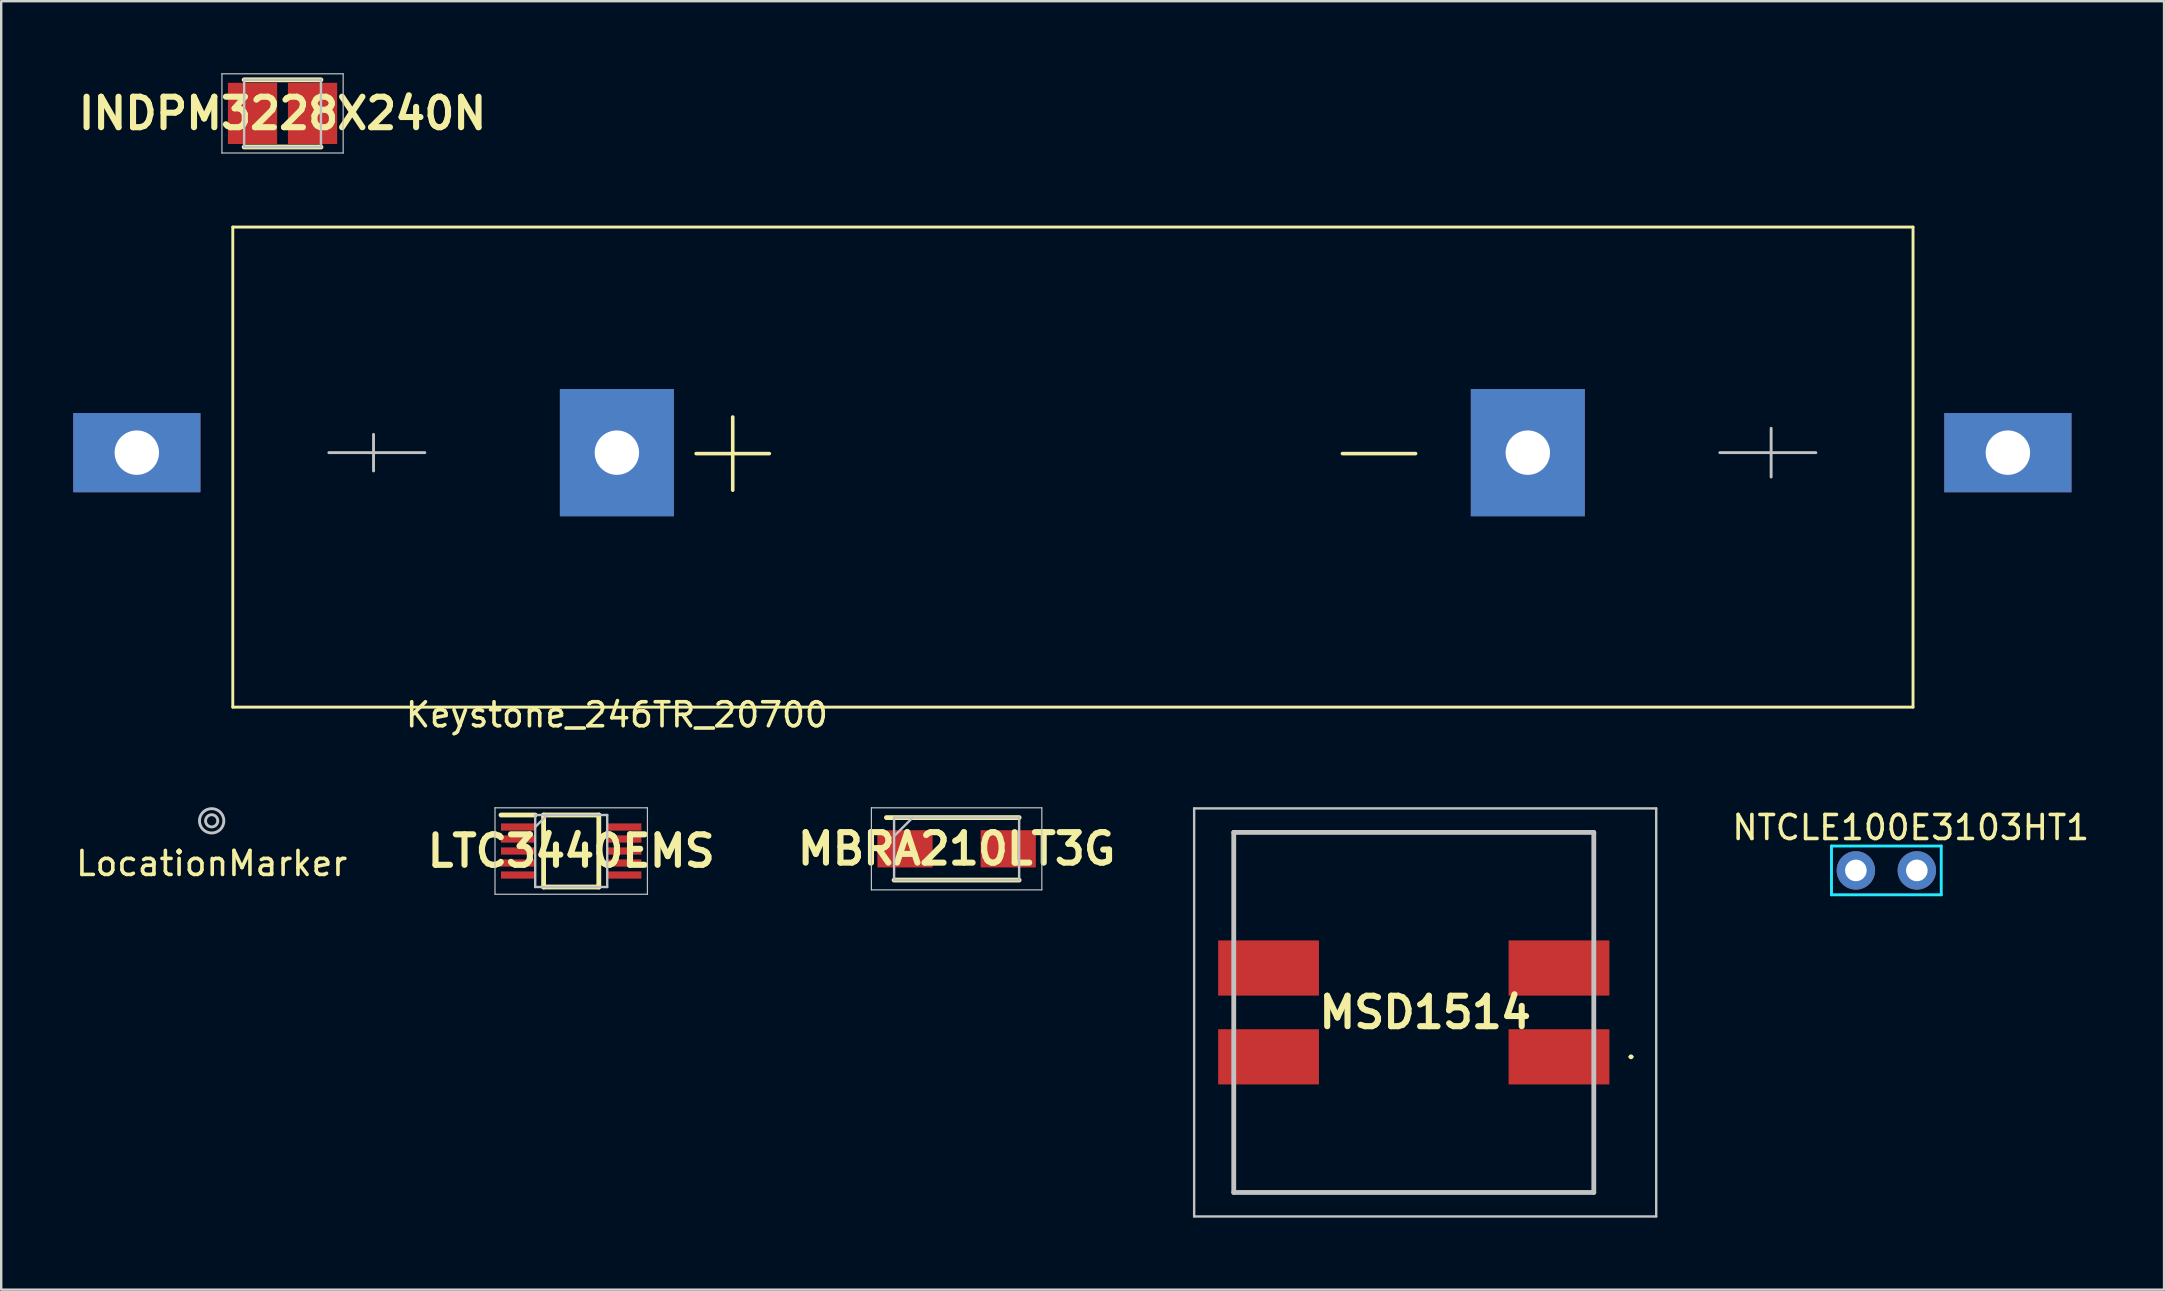
<source format=kicad_pcb>
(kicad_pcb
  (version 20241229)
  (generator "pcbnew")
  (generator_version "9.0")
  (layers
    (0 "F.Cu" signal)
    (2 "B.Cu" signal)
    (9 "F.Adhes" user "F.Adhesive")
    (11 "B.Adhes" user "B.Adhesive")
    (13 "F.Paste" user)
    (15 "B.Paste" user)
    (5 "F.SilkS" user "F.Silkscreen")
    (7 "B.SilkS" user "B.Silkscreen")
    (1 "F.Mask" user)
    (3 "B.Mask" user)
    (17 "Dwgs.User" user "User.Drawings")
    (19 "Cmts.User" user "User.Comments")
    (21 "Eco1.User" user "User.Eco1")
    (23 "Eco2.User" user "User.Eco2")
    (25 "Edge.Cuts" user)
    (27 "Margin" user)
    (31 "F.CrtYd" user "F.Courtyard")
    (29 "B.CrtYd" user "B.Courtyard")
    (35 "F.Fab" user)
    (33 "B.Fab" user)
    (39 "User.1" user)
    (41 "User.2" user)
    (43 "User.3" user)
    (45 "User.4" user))
  (footprint "MBRA210LT3G"
    (layer "F.Cu")
    (at 36.803 32.313)
    (property "Reference" "MBRA210LT3G" (at 0 0 0) (layer "F.SilkS") (effects (font (size 1.27 1.27) (thickness 0.254))))
    (attr smd)
    (fp_line (start -2.605 1.302) (end 2.605 1.302) (stroke (width 0.2) (type solid)) (layer "F.SilkS"))
    (fp_line (start 2.605 -1.302) (end -2.925 -1.302) (stroke (width 0.2) (type solid)) (layer "F.SilkS"))
    (fp_line (start -3.55 -1.71) (end 3.55 -1.71) (stroke (width 0.05) (type solid)) (layer "Dwgs.User"))
    (fp_line (start -3.55 1.71) (end -3.55 -1.71) (stroke (width 0.05) (type solid)) (layer "Dwgs.User"))
    (fp_line (start -2.605 -1.302) (end 2.605 -1.302) (stroke (width 0.1) (type solid)) (layer "Dwgs.User"))
    (fp_line (start -2.605 -0.528) (end -1.83 -1.302) (stroke (width 0.1) (type solid)) (layer "Dwgs.User"))
    (fp_line (start -2.605 1.302) (end -2.605 -1.302) (stroke (width 0.1) (type solid)) (layer "Dwgs.User"))
    (fp_line (start 2.605 -1.302) (end 2.605 1.302) (stroke (width 0.1) (type solid)) (layer "Dwgs.User"))
    (fp_line (start 2.605 1.302) (end -2.605 1.302) (stroke (width 0.1) (type solid)) (layer "Dwgs.User"))
    (fp_line (start 3.55 -1.71) (end 3.55 1.71) (stroke (width 0.05) (type solid)) (layer "Dwgs.User"))
    (fp_line (start 3.55 1.71) (end -3.55 1.71) (stroke (width 0.05) (type solid)) (layer "Dwgs.User"))
    (pad "1" smd rect (at -2.15 0 90) (size 1.55 2.3) (layers "F.Cu" "F.Mask" "F.Paste"))
    (pad "2" smd rect (at 2.15 0 90) (size 1.55 2.3) (layers "F.Cu" "F.Mask" "F.Paste")))
  (footprint "LocationMarker"
    (layer "F.Cu")
    (at 5.768 31.146)
    (property "Reference" "LocationMarker" (at 0 1.778 0) (layer "F.SilkS") (effects (font (size 1 1) (thickness 0.15))))
    (attr smd)
    (fp_circle (center 0 0) (end 0.254 0) (stroke (width 0.12) (type solid)) (fill no) (layer "Dwgs.User"))
    (fp_circle (center 0 0) (end 0.508 0) (stroke (width 0.12) (type solid)) (fill no) (layer "Dwgs.User")))
  (footprint "NTCLE100E3103HT1"
    (layer "F.Cu")
    (at 74.267 33.212)
    (property "Reference" "NTCLE100E3103HT1" (at 2.286 -1.786 0) (layer "F.SilkS") (effects (font (size 1 1) (thickness 0.15))))
    (attr through_hole)
    (fp_line (start -1.016 -1.016) (end -1.016 1.016) (stroke (width 0.12) (type solid)) (layer "B.CrtYd"))
    (fp_line (start -1.016 1.016) (end 3.556 1.016) (stroke (width 0.12) (type solid)) (layer "B.CrtYd"))
    (fp_line (start 3.556 -1.016) (end -1.016 -1.016) (stroke (width 0.12) (type solid)) (layer "B.CrtYd"))
    (fp_line (start 3.556 1.016) (end 3.556 -1.016) (stroke (width 0.12) (type solid)) (layer "B.CrtYd"))
    (pad "1" thru_hole circle (at 0 0) (size 1.6 1.6) (drill 0.9) (layers "*.Cu" "*.Mask"))
    (pad "2" thru_hole circle (at 2.54 0) (size 1.6 1.6) (drill 0.9) (layers "*.Cu" "*.Mask")))
  (footprint "INDPM3228X240N"
    (layer "F.Cu")
    (at 8.721 1.675)
    (property "Reference" "INDPM3228X240N" (at 0 0 0) (layer "F.SilkS") (effects (font (size 1.27 1.27) (thickness 0.254))))
    (attr smd)
    (fp_line (start -1.6 1.4) (end 1.6 1.4) (stroke (width 0.2) (type solid)) (layer "F.SilkS"))
    (fp_line (start 1.6 -1.4) (end -1.6 -1.4) (stroke (width 0.2) (type solid)) (layer "F.SilkS"))
    (fp_line (start -2.525 -1.65) (end 2.525 -1.65) (stroke (width 0.05) (type solid)) (layer "Dwgs.User"))
    (fp_line (start -2.525 1.65) (end -2.525 -1.65) (stroke (width 0.05) (type solid)) (layer "Dwgs.User"))
    (fp_line (start -1.6 -1.4) (end 1.6 -1.4) (stroke (width 0.1) (type solid)) (layer "Dwgs.User"))
    (fp_line (start -1.6 1.4) (end -1.6 -1.4) (stroke (width 0.1) (type solid)) (layer "Dwgs.User"))
    (fp_line (start 1.6 -1.4) (end 1.6 1.4) (stroke (width 0.1) (type solid)) (layer "Dwgs.User"))
    (fp_line (start 1.6 1.4) (end -1.6 1.4) (stroke (width 0.1) (type solid)) (layer "Dwgs.User"))
    (fp_line (start 2.525 -1.65) (end 2.525 1.65) (stroke (width 0.05) (type solid)) (layer "Dwgs.User"))
    (fp_line (start 2.525 1.65) (end -2.525 1.65) (stroke (width 0.05) (type solid)) (layer "Dwgs.User"))
    (pad "1" smd rect (at -1.25 0) (size 2.05 2.55) (layers "F.Cu" "F.Mask" "F.Paste"))
    (pad "2" smd rect (at 1.25 0) (size 2.05 2.55) (layers "F.Cu" "F.Mask" "F.Paste")))
  (footprint "LTC3440EMS"
    (layer "F.Cu")
    (at 20.747 32.404)
    (property "Reference" "LTC3440EMS" (at 0 0 0) (layer "F.SilkS") (effects (font (size 1.27 1.27) (thickness 0.254))))
    (attr smd)
    (fp_line (start -2.925 -1.5) (end -1.5 -1.5) (stroke (width 0.2) (type solid)) (layer "F.SilkS"))
    (fp_line (start -1.15 -1.5) (end 1.15 -1.5) (stroke (width 0.2) (type solid)) (layer "F.SilkS"))
    (fp_line (start -1.15 1.5) (end -1.15 -1.5) (stroke (width 0.2) (type solid)) (layer "F.SilkS"))
    (fp_line (start 1.15 -1.5) (end 1.15 1.5) (stroke (width 0.2) (type solid)) (layer "F.SilkS"))
    (fp_line (start 1.15 1.5) (end -1.15 1.5) (stroke (width 0.2) (type solid)) (layer "F.SilkS"))
    (fp_line (start -3.175 -1.801) (end 3.175 -1.801) (stroke (width 0.05) (type solid)) (layer "Dwgs.User"))
    (fp_line (start -3.175 1.801) (end -3.175 -1.801) (stroke (width 0.05) (type solid)) (layer "Dwgs.User"))
    (fp_line (start -1.5 -1.5) (end 1.5 -1.5) (stroke (width 0.1) (type solid)) (layer "Dwgs.User"))
    (fp_line (start -1.5 -1) (end -1 -1.5) (stroke (width 0.1) (type solid)) (layer "Dwgs.User"))
    (fp_line (start -1.5 1.5) (end -1.5 -1.5) (stroke (width 0.1) (type solid)) (layer "Dwgs.User"))
    (fp_line (start 1.5 -1.5) (end 1.5 1.5) (stroke (width 0.1) (type solid)) (layer "Dwgs.User"))
    (fp_line (start 1.5 1.5) (end -1.5 1.5) (stroke (width 0.1) (type solid)) (layer "Dwgs.User"))
    (fp_line (start 3.175 -1.801) (end 3.175 1.801) (stroke (width 0.05) (type solid)) (layer "Dwgs.User"))
    (fp_line (start 3.175 1.801) (end -3.175 1.801) (stroke (width 0.05) (type solid)) (layer "Dwgs.User"))
    (pad "1" smd rect (at -2.212 -1 90) (size 0.3 1.425) (layers "F.Cu" "F.Mask" "F.Paste"))
    (pad "2" smd rect (at -2.212 -0.5 90) (size 0.3 1.425) (layers "F.Cu" "F.Mask" "F.Paste"))
    (pad "3" smd rect (at -2.212 0 90) (size 0.3 1.425) (layers "F.Cu" "F.Mask" "F.Paste"))
    (pad "4" smd rect (at -2.212 0.5 90) (size 0.3 1.425) (layers "F.Cu" "F.Mask" "F.Paste"))
    (pad "5" smd rect (at -2.212 1 90) (size 0.3 1.425) (layers "F.Cu" "F.Mask" "F.Paste"))
    (pad "6" smd rect (at 2.212 1 90) (size 0.3 1.425) (layers "F.Cu" "F.Mask" "F.Paste"))
    (pad "7" smd rect (at 2.212 0.5 90) (size 0.3 1.425) (layers "F.Cu" "F.Mask" "F.Paste"))
    (pad "8" smd rect (at 2.212 0 90) (size 0.3 1.425) (layers "F.Cu" "F.Mask" "F.Paste"))
    (pad "9" smd rect (at 2.212 -0.5 90) (size 0.3 1.425) (layers "F.Cu" "F.Mask" "F.Paste"))
    (pad "10" smd rect (at 2.212 -1 90) (size 0.3 1.425) (layers "F.Cu" "F.Mask" "F.Paste")))
  (footprint "MSD1514"
    (layer "F.Cu")
    (at 55.849 39.128)
    (property "Reference" "MSD1514" (at 0.475 0 0) (layer "F.SilkS") (effects (font (size 1.27 1.27) (thickness 0.254))))
    (attr smd)
    (fp_line (start -7.5 -7.5) (end 7.5 -7.5) (stroke (width 0.1) (type solid)) (layer "F.SilkS"))
    (fp_line (start -7.5 -3.3) (end -7.5 -7.5) (stroke (width 0.1) (type solid)) (layer "F.SilkS"))
    (fp_line (start -7.5 3.3) (end -7.5 7.5) (stroke (width 0.1) (type solid)) (layer "F.SilkS"))
    (fp_line (start -7.5 7.5) (end 7.5 7.5) (stroke (width 0.1) (type solid)) (layer "F.SilkS"))
    (fp_line (start 7.5 -7.5) (end 7.5 -3.3) (stroke (width 0.1) (type solid)) (layer "F.SilkS"))
    (fp_line (start 7.5 7.5) (end 7.5 3.3) (stroke (width 0.1) (type solid)) (layer "F.SilkS"))
    (fp_line (start 9 1.85) (end 9 1.85) (stroke (width 0.1) (type solid)) (layer "F.SilkS"))
    (fp_line (start 9.1 1.85) (end 9.1 1.85) (stroke (width 0.1) (type solid)) (layer "F.SilkS"))
    (fp_arc (start 9 1.85) (mid 9.05 1.8) (end 9.1 1.85) (stroke (width 0.1) (type solid)) (layer "F.SilkS"))
    (fp_arc (start 9.1 1.85) (mid 9.05 1.9) (end 9 1.85) (stroke (width 0.1) (type solid)) (layer "F.SilkS"))
    (fp_line (start -9.15 -8.5) (end 10.1 -8.5) (stroke (width 0.1) (type solid)) (layer "Dwgs.User"))
    (fp_line (start -9.15 8.5) (end -9.15 -8.5) (stroke (width 0.1) (type solid)) (layer "Dwgs.User"))
    (fp_line (start -7.5 -7.5) (end 7.5 -7.5) (stroke (width 0.2) (type solid)) (layer "Dwgs.User"))
    (fp_line (start -7.5 7.5) (end -7.5 -7.5) (stroke (width 0.2) (type solid)) (layer "Dwgs.User"))
    (fp_line (start 7.5 -7.5) (end 7.5 7.5) (stroke (width 0.2) (type solid)) (layer "Dwgs.User"))
    (fp_line (start 7.5 7.5) (end -7.5 7.5) (stroke (width 0.2) (type solid)) (layer "Dwgs.User"))
    (fp_line (start 10.1 -8.5) (end 10.1 8.5) (stroke (width 0.1) (type solid)) (layer "Dwgs.User"))
    (fp_line (start 10.1 8.5) (end -9.15 8.5) (stroke (width 0.1) (type solid)) (layer "Dwgs.User"))
    (pad "1" smd rect (at 6.05 1.85 90) (size 2.3 4.2) (layers "F.Cu" "F.Mask" "F.Paste"))
    (pad "2" smd rect (at 6.05 -1.85 90) (size 2.3 4.2) (layers "F.Cu" "F.Mask" "F.Paste"))
    (pad "3" smd rect (at -6.05 -1.85 90) (size 2.3 4.2) (layers "F.Cu" "F.Mask" "F.Paste"))
    (pad "4" smd rect (at -6.05 1.85 90) (size 2.3 4.2) (layers "F.Cu" "F.Mask" "F.Paste")))
  (footprint "Keystone_246TR_20700"
    (layer "F.Cu")
    (at 12.515 15.808)
    (property "Reference" "Keystone_246TR_20700" (at 10.135 10.922 0) (layer "F.SilkS") (effects (font (size 1 1) (thickness 0.15))))
    (attr smd)
    (fp_line (start -5.867 -9.398) (end -5.867 10.602) (stroke (width 0.12) (type solid)) (layer "F.SilkS"))
    (fp_line (start -5.867 10.602) (end 64.133 10.602) (stroke (width 0.12) (type solid)) (layer "F.SilkS"))
    (fp_line (start 64.133 -9.398) (end -5.867 -9.398) (stroke (width 0.12) (type solid)) (layer "F.SilkS"))
    (fp_line (start 64.133 10.602) (end 64.133 -9.398) (stroke (width 0.12) (type solid)) (layer "F.SilkS"))
    (fp_line (start -1.865 0) (end 2.135 0) (stroke (width 0.12) (type solid)) (layer "Dwgs.User"))
    (fp_line (start -0.003 0.762) (end -0.003 -0.762) (stroke (width 0.12) (type solid)) (layer "Dwgs.User"))
    (fp_line (start 56.085 0) (end 60.085 0) (stroke (width 0.12) (type solid)) (layer "Dwgs.User"))
    (fp_line (start 58.222 1.016) (end 58.222 -1.016) (stroke (width 0.12) (type solid)) (layer "Dwgs.User"))
    (fp_text user "+" (at 14.961 -0.28 0) (layer "F.SilkS") (effects (font (size 4 4) (thickness 0.15))))
    (fp_text user "-" (at 41.885 -0.28 0) (layer "F.SilkS") (effects (font (size 4 4) (thickness 0.15))))
    (pad "1" thru_hole rect (at -9.865 0) (size 5.3 3.3) (drill 1.85) (layers "*.Cu" "*.Mask"))
    (pad "1" thru_hole rect (at 10.135 0 180) (size 4.75 5.3) (drill 1.85) (layers "*.Cu" "*.Mask"))
    (pad "2" thru_hole rect (at 48.085 0 180) (size 4.75 5.3) (drill 1.85) (layers "*.Cu" "*.Mask"))
    (pad "2" thru_hole rect (at 68.085 0) (size 5.3 3.3) (drill 1.85) (layers "*.Cu" "*.Mask")))
  (gr_rect
    (start -3 -3)
    (end 87.106 50.678)
    (stroke (width 0.1) (type default))
    (fill no)
    (layer "Edge.Cuts")))
</source>
